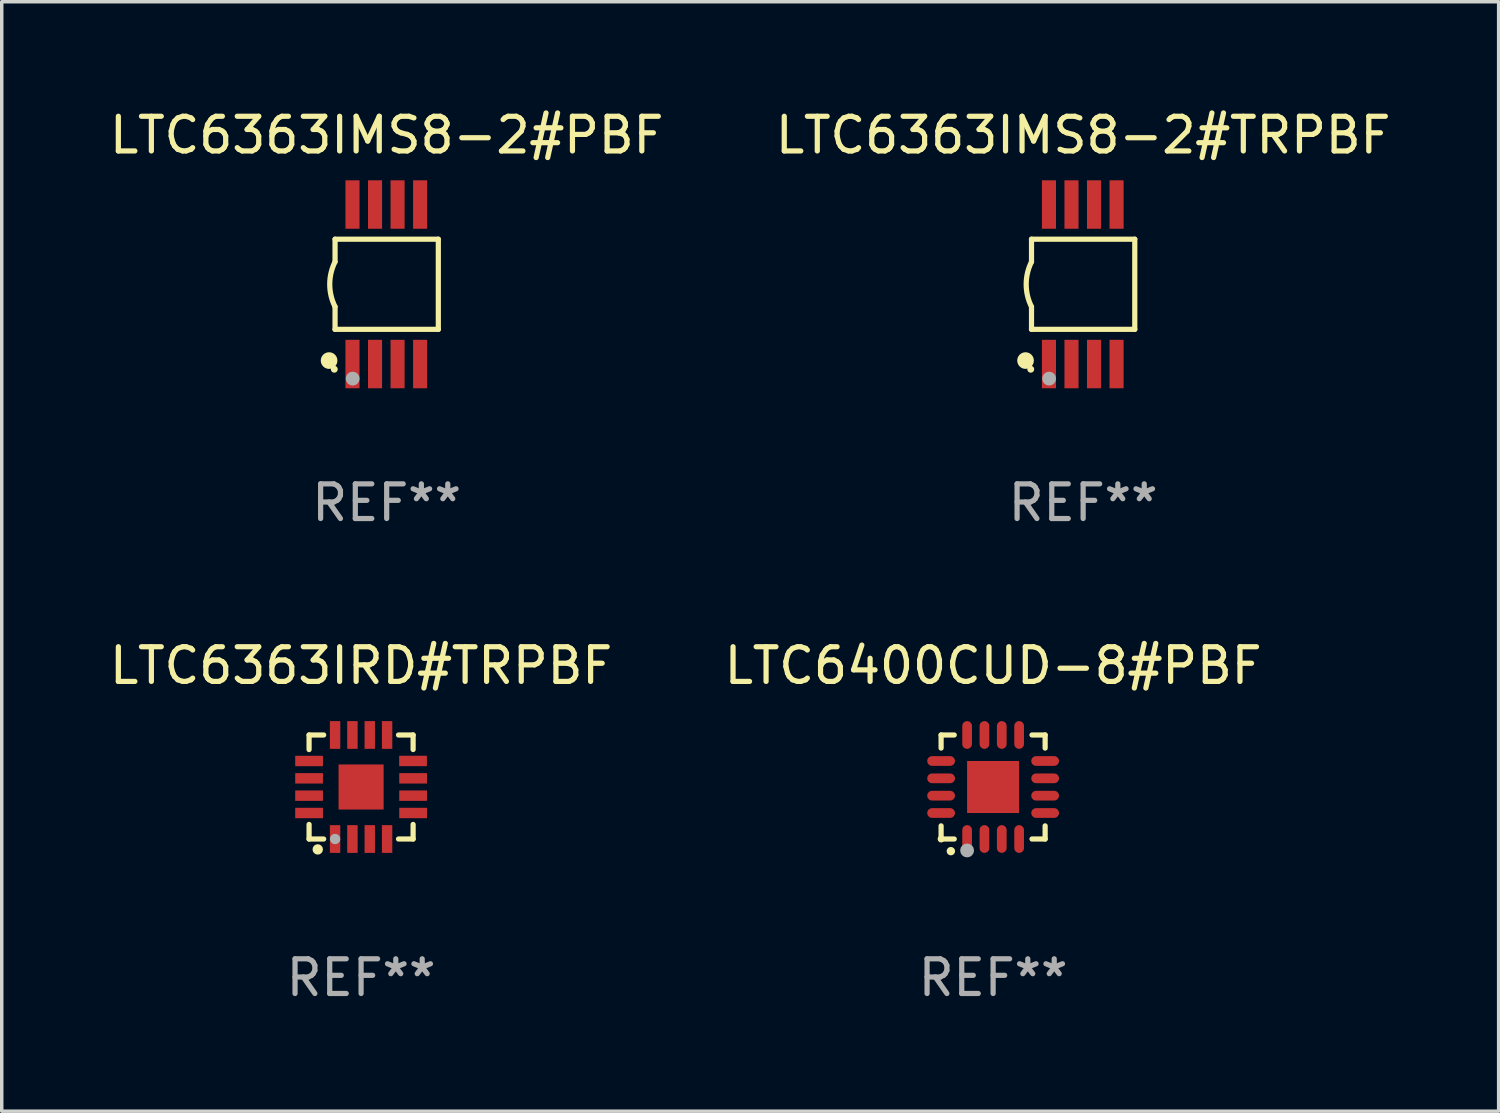
<source format=kicad_pcb>
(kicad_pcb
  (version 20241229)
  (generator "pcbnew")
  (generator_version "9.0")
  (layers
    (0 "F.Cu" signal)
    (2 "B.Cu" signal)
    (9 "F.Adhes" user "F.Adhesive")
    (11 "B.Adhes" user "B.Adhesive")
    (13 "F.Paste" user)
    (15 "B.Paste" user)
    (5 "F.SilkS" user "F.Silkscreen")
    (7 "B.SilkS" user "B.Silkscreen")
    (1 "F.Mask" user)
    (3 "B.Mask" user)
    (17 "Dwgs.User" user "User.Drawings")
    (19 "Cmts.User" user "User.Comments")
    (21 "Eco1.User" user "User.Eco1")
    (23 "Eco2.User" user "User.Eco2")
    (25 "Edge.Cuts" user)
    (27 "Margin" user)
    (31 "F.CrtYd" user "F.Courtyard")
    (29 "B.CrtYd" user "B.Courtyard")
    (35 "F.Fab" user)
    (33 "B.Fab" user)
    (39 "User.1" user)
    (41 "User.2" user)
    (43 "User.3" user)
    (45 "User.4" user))
  (footprint "LTC6400CUD-8#PBF"
    (layer "F.Cu")
    (at 25.589 19.645)
    (property "Reference" "LTC6400CUD-8#PBF" (at 0 -3.5 0) (layer "F.SilkS") (effects (font (size 1 1) (thickness 0.15))))
    (attr through_hole)
    (fp_line (start -1.5 -1.5) (end -1.121 -1.5) (stroke (width 0.15) (type solid)) (layer "F.SilkS"))
    (fp_line (start -1.5 -1.122) (end -1.5 -1.5) (stroke (width 0.15) (type solid)) (layer "F.SilkS"))
    (fp_line (start -1.5 1.5) (end -1.5 1.121) (stroke (width 0.15) (type solid)) (layer "F.SilkS"))
    (fp_line (start -1.121 1.5) (end -1.5 1.5) (stroke (width 0.15) (type solid)) (layer "F.SilkS"))
    (fp_line (start 1.121 -1.5) (end 1.5 -1.5) (stroke (width 0.15) (type solid)) (layer "F.SilkS"))
    (fp_line (start 1.5 -1.5) (end 1.5 -1.122) (stroke (width 0.15) (type solid)) (layer "F.SilkS"))
    (fp_line (start 1.5 1.121) (end 1.5 1.5) (stroke (width 0.15) (type solid)) (layer "F.SilkS"))
    (fp_line (start 1.5 1.5) (end 1.121 1.5) (stroke (width 0.15) (type solid)) (layer "F.SilkS"))
    (fp_arc (start -1.219926 1.850254) (mid -1.21891 1.85025) (end -1.217894 1.850254) (stroke (width 0.240005) (type solid)) (layer "F.SilkS"))
    (fp_circle (center -1.5 1.5) (end -1.45 1.5) (stroke (width 0.1) (type solid)) (fill no) (layer "F.SilkS"))
    (fp_circle (center -0.75 1.83) (end -0.65 1.83) (stroke (width 0.2) (type solid)) (fill no) (layer "F.Fab"))
    (fp_text user "REF**" (at 0 5.5 0) (layer "F.Fab") (effects (font (size 1 1) (thickness 0.15))))
    (pad "1" smd oval (at -0.75 1.5) (size 0.28 0.8) (layers "F.Cu" "F.Mask" "F.Paste"))
    (pad "2" smd oval (at -0.25 1.5) (size 0.28 0.8) (layers "F.Cu" "F.Mask" "F.Paste"))
    (pad "3" smd oval (at 0.25 1.5) (size 0.28 0.8) (layers "F.Cu" "F.Mask" "F.Paste"))
    (pad "4" smd oval (at 0.75 1.5) (size 0.28 0.8) (layers "F.Cu" "F.Mask" "F.Paste"))
    (pad "5" smd oval (at 1.5 0.75) (size 0.8 0.28) (layers "F.Cu" "F.Mask" "F.Paste"))
    (pad "6" smd oval (at 1.5 0.25) (size 0.8 0.28) (layers "F.Cu" "F.Mask" "F.Paste"))
    (pad "7" smd oval (at 1.5 -0.25) (size 0.8 0.28) (layers "F.Cu" "F.Mask" "F.Paste"))
    (pad "8" smd oval (at 1.5 -0.75) (size 0.8 0.28) (layers "F.Cu" "F.Mask" "F.Paste"))
    (pad "9" smd oval (at 0.75 -1.5) (size 0.28 0.8) (layers "F.Cu" "F.Mask" "F.Paste"))
    (pad "10" smd oval (at 0.25 -1.5) (size 0.28 0.8) (layers "F.Cu" "F.Mask" "F.Paste"))
    (pad "11" smd oval (at -0.25 -1.5) (size 0.28 0.8) (layers "F.Cu" "F.Mask" "F.Paste"))
    (pad "12" smd oval (at -0.75 -1.5) (size 0.28 0.8) (layers "F.Cu" "F.Mask" "F.Paste"))
    (pad "13" smd oval (at -1.5 -0.75) (size 0.8 0.28) (layers "F.Cu" "F.Mask" "F.Paste"))
    (pad "14" smd oval (at -1.5 -0.25) (size 0.8 0.28) (layers "F.Cu" "F.Mask" "F.Paste"))
    (pad "15" smd oval (at -1.5 0.25) (size 0.8 0.28) (layers "F.Cu" "F.Mask" "F.Paste"))
    (pad "16" smd oval (at -1.5 0.75) (size 0.8 0.28) (layers "F.Cu" "F.Mask" "F.Paste"))
    (pad "17" smd rect (at -0.000064 0.000165) (size 1.5 1.5) (layers "F.Cu" "F.Mask" "F.Paste")))
  (footprint "LTC6363IRD#TRPBF"
    (layer "F.Cu")
    (at 7.363 19.645)
    (property "Reference" "LTC6363IRD#TRPBF" (at 0 -3.5 0) (layer "F.SilkS") (effects (font (size 1 1) (thickness 0.15))))
    (attr through_hole)
    (fp_line (start -1.5 -1.5) (end -1.079 -1.5) (stroke (width 0.15) (type solid)) (layer "F.SilkS"))
    (fp_line (start -1.5 -1.079) (end -1.5 -1.5) (stroke (width 0.15) (type solid)) (layer "F.SilkS"))
    (fp_line (start -1.5 1.5) (end -1.5 1.079) (stroke (width 0.15) (type solid)) (layer "F.SilkS"))
    (fp_line (start -1.5 1.5) (end -1.079 1.5) (stroke (width 0.15) (type solid)) (layer "F.SilkS"))
    (fp_line (start 1.079 -1.5) (end 1.5 -1.5) (stroke (width 0.15) (type solid)) (layer "F.SilkS"))
    (fp_line (start 1.079 1.5) (end 1.5 1.5) (stroke (width 0.15) (type solid)) (layer "F.SilkS"))
    (fp_line (start 1.5 -1.08) (end 1.5 -1.5) (stroke (width 0.15) (type solid)) (layer "F.SilkS"))
    (fp_line (start 1.5 1.5) (end 1.5 1.079) (stroke (width 0.15) (type solid)) (layer "F.SilkS"))
    (fp_circle (center -1.5 1.5) (end -1.47 1.5) (stroke (width 0.06) (type solid)) (fill no) (layer "F.SilkS"))
    (fp_circle (center -1.25 1.8) (end -1.175 1.8) (stroke (width 0.15) (type solid)) (fill no) (layer "F.SilkS"))
    (fp_circle (center -0.75 1.5) (end -0.675 1.5) (stroke (width 0.15) (type solid)) (fill no) (layer "F.Fab"))
    (fp_text user "REF**" (at 0 5.5 0) (layer "F.Fab") (effects (font (size 1 1) (thickness 0.15))))
    (pad "1" smd rect (at -0.75 1.5 180) (size 0.3 0.8) (layers "F.Cu" "F.Mask" "F.Paste"))
    (pad "2" smd rect (at -0.25 1.5 180) (size 0.3 0.8) (layers "F.Cu" "F.Mask" "F.Paste"))
    (pad "3" smd rect (at 0.25 1.5 180) (size 0.3 0.8) (layers "F.Cu" "F.Mask" "F.Paste"))
    (pad "4" smd rect (at 0.75 1.5 180) (size 0.3 0.8) (layers "F.Cu" "F.Mask" "F.Paste"))
    (pad "5" smd rect (at 1.5 0.75 90) (size 0.3 0.8) (layers "F.Cu" "F.Mask" "F.Paste"))
    (pad "6" smd rect (at 1.5 0.25 90) (size 0.3 0.8) (layers "F.Cu" "F.Mask" "F.Paste"))
    (pad "7" smd rect (at 1.5 -0.25 90) (size 0.3 0.8) (layers "F.Cu" "F.Mask" "F.Paste"))
    (pad "8" smd rect (at 1.498 -0.751 90) (size 0.3 0.8) (layers "F.Cu" "F.Mask" "F.Paste"))
    (pad "9" smd rect (at 0.75 -1.5 180) (size 0.3 0.8) (layers "F.Cu" "F.Mask" "F.Paste"))
    (pad "10" smd rect (at 0.25 -1.5 180) (size 0.3 0.8) (layers "F.Cu" "F.Mask" "F.Paste"))
    (pad "11" smd rect (at -0.25 -1.5 180) (size 0.3 0.8) (layers "F.Cu" "F.Mask" "F.Paste"))
    (pad "12" smd rect (at -0.75 -1.5 180) (size 0.3 0.8) (layers "F.Cu" "F.Mask" "F.Paste"))
    (pad "13" smd rect (at -1.5 -0.75 90) (size 0.3 0.8) (layers "F.Cu" "F.Mask" "F.Paste"))
    (pad "14" smd rect (at -1.5 -0.25 90) (size 0.3 0.8) (layers "F.Cu" "F.Mask" "F.Paste"))
    (pad "15" smd rect (at -1.5 0.25 90) (size 0.3 0.8) (layers "F.Cu" "F.Mask" "F.Paste"))
    (pad "16" smd rect (at -1.5 0.75 90) (size 0.3 0.8) (layers "F.Cu" "F.Mask" "F.Paste"))
    (pad "17" smd rect (at -0.000114 0.00014 180) (size 1.3 1.3) (layers "F.Cu" "F.Mask" "F.Paste")))
  (footprint "LTC6363IMS8-2#PBF"
    (layer "F.Cu")
    (at 8.101 5.148)
    (property "Reference" "LTC6363IMS8-2#PBF" (at 0 -4.3 0) (layer "F.SilkS") (effects (font (size 1 1) (thickness 0.15))))
    (attr through_hole)
    (fp_line (start -1.489 -1.3) (end -1.489 -0.648) (stroke (width 0.15) (type solid)) (layer "F.SilkS"))
    (fp_line (start -1.489 0.648) (end -1.489 1.3) (stroke (width 0.15) (type solid)) (layer "F.SilkS"))
    (fp_line (start -1.489 1.3) (end 1.489 1.3) (stroke (width 0.15) (type solid)) (layer "F.SilkS"))
    (fp_line (start 1.489 -1.3) (end -1.489 -1.3) (stroke (width 0.15) (type solid)) (layer "F.SilkS"))
    (fp_line (start 1.489 1.3) (end 1.489 -1.3) (stroke (width 0.15) (type solid)) (layer "F.SilkS"))
    (fp_arc (start -1.489205 0.647702) (mid -1.642107 0) (end -1.489205 -0.647701) (stroke (width 0.150013) (type solid)) (layer "F.SilkS"))
    (fp_circle (center -1.661 2.2) (end -1.541 2.2) (stroke (width 0.24) (type solid)) (fill no) (layer "F.SilkS"))
    (fp_circle (center -1.511 2.45) (end -1.461 2.45) (stroke (width 0.1) (type solid)) (fill no) (layer "F.SilkS"))
    (fp_circle (center -0.981 2.72) (end -0.881 2.72) (stroke (width 0.2) (type solid)) (fill no) (layer "F.Fab"))
    (fp_text user "REF**" (at 0 6.3 0) (layer "F.Fab") (effects (font (size 1 1) (thickness 0.15))))
    (pad "1" smd rect (at -0.986 2.3) (size 0.406 1.397) (layers "F.Cu" "F.Mask" "F.Paste"))
    (pad "2" smd rect (at -0.336 2.3) (size 0.406 1.397) (layers "F.Cu" "F.Mask" "F.Paste"))
    (pad "3" smd rect (at 0.314 2.3) (size 0.406 1.397) (layers "F.Cu" "F.Mask" "F.Paste"))
    (pad "4" smd rect (at 0.964 2.3) (size 0.406 1.397) (layers "F.Cu" "F.Mask" "F.Paste"))
    (pad "5" smd rect (at 0.964 -2.3) (size 0.406 1.397) (layers "F.Cu" "F.Mask" "F.Paste"))
    (pad "6" smd rect (at 0.314 -2.3) (size 0.406 1.397) (layers "F.Cu" "F.Mask" "F.Paste"))
    (pad "7" smd rect (at -0.336 -2.3) (size 0.406 1.397) (layers "F.Cu" "F.Mask" "F.Paste"))
    (pad "8" smd rect (at -0.986 -2.3) (size 0.406 1.397) (layers "F.Cu" "F.Mask" "F.Paste")))
  (footprint "LTC6363IMS8-2#TRPBF"
    (layer "F.Cu")
    (at 28.185 5.148)
    (property "Reference" "LTC6363IMS8-2#TRPBF" (at 0 -4.3 0) (layer "F.SilkS") (effects (font (size 1 1) (thickness 0.15))))
    (attr through_hole)
    (fp_line (start -1.489 -1.3) (end -1.489 -0.648) (stroke (width 0.15) (type solid)) (layer "F.SilkS"))
    (fp_line (start -1.489 0.648) (end -1.489 1.3) (stroke (width 0.15) (type solid)) (layer "F.SilkS"))
    (fp_line (start -1.489 1.3) (end 1.489 1.3) (stroke (width 0.15) (type solid)) (layer "F.SilkS"))
    (fp_line (start 1.489 -1.3) (end -1.489 -1.3) (stroke (width 0.15) (type solid)) (layer "F.SilkS"))
    (fp_line (start 1.489 1.3) (end 1.489 -1.3) (stroke (width 0.15) (type solid)) (layer "F.SilkS"))
    (fp_arc (start -1.489205 0.647702) (mid -1.642107 0) (end -1.489205 -0.647701) (stroke (width 0.150013) (type solid)) (layer "F.SilkS"))
    (fp_circle (center -1.661 2.2) (end -1.541 2.2) (stroke (width 0.24) (type solid)) (fill no) (layer "F.SilkS"))
    (fp_circle (center -1.511 2.45) (end -1.461 2.45) (stroke (width 0.1) (type solid)) (fill no) (layer "F.SilkS"))
    (fp_circle (center -0.981 2.72) (end -0.881 2.72) (stroke (width 0.2) (type solid)) (fill no) (layer "F.Fab"))
    (fp_text user "REF**" (at 0 6.3 0) (layer "F.Fab") (effects (font (size 1 1) (thickness 0.15))))
    (pad "1" smd rect (at -0.986 2.3) (size 0.406 1.397) (layers "F.Cu" "F.Mask" "F.Paste"))
    (pad "2" smd rect (at -0.336 2.3) (size 0.406 1.397) (layers "F.Cu" "F.Mask" "F.Paste"))
    (pad "3" smd rect (at 0.314 2.3) (size 0.406 1.397) (layers "F.Cu" "F.Mask" "F.Paste"))
    (pad "4" smd rect (at 0.964 2.3) (size 0.406 1.397) (layers "F.Cu" "F.Mask" "F.Paste"))
    (pad "5" smd rect (at 0.964 -2.3) (size 0.406 1.397) (layers "F.Cu" "F.Mask" "F.Paste"))
    (pad "6" smd rect (at 0.314 -2.3) (size 0.406 1.397) (layers "F.Cu" "F.Mask" "F.Paste"))
    (pad "7" smd rect (at -0.336 -2.3) (size 0.406 1.397) (layers "F.Cu" "F.Mask" "F.Paste"))
    (pad "8" smd rect (at -0.986 -2.3) (size 0.406 1.397) (layers "F.Cu" "F.Mask" "F.Paste")))
  (gr_rect
    (start -3 -3)
    (end 40.167 28.994)
    (stroke (width 0.1) (type default))
    (fill no)
    (layer "Edge.Cuts")))
</source>
